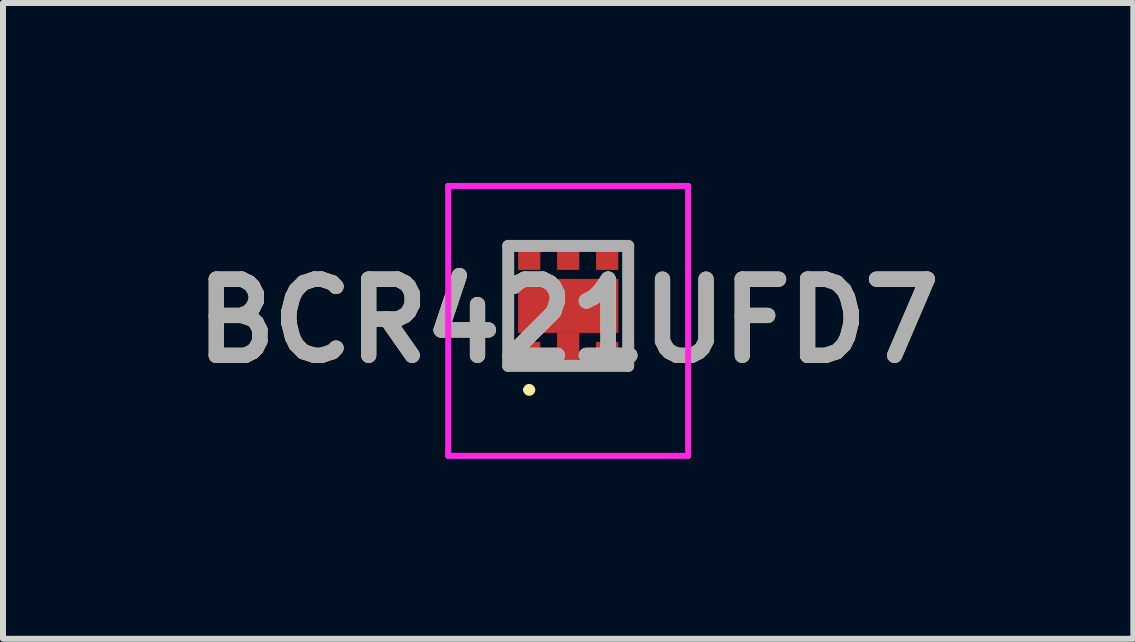
<source format=kicad_pcb>
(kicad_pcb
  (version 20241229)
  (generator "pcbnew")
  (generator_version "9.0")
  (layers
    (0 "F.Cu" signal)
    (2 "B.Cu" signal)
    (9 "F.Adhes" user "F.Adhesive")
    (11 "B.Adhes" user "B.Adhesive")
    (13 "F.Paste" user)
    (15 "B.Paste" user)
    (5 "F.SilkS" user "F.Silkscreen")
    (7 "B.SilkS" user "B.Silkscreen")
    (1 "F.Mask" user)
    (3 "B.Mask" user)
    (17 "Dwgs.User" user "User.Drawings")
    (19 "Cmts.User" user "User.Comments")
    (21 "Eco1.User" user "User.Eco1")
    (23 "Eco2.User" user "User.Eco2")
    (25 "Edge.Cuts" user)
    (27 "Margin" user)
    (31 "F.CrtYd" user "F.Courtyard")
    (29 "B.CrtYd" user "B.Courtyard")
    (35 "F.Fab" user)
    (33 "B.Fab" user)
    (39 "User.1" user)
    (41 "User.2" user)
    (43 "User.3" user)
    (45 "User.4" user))
  (footprint "BCR421UFD7"
    (layer "F.Cu")
    (at 6.423 2.05)
    (property "Reference" "BCR421UFD7" (at 0 0.25 0) (layer "F.SilkS") (effects (font (size 1.27 1.27) (thickness 0.254))))
    (attr smd)
    (fp_line (start -1 -1) (end -1 1) (stroke (width 0.1) (type solid)) (layer "F.SilkS"))
    (fp_line (start -0.7 1.4) (end -0.7 1.4) (stroke (width 0.1) (type solid)) (layer "F.SilkS"))
    (fp_line (start -0.6 1.4) (end -0.6 1.4) (stroke (width 0.1) (type solid)) (layer "F.SilkS"))
    (fp_line (start 1 -1) (end 1 1) (stroke (width 0.1) (type solid)) (layer "F.SilkS"))
    (fp_arc (start -0.7 1.4) (mid -0.65 1.35) (end -0.6 1.4) (stroke (width 0.1) (type solid)) (layer "F.SilkS"))
    (fp_arc (start -0.6 1.4) (mid -0.65 1.45) (end -0.7 1.4) (stroke (width 0.1) (type solid)) (layer "F.SilkS"))
    (fp_line (start -2 -2) (end 2 -2) (stroke (width 0.1) (type solid)) (layer "F.CrtYd"))
    (fp_line (start -2 2.5) (end -2 -2) (stroke (width 0.1) (type solid)) (layer "F.CrtYd"))
    (fp_line (start 2 -2) (end 2 2.5) (stroke (width 0.1) (type solid)) (layer "F.CrtYd"))
    (fp_line (start 2 2.5) (end -2 2.5) (stroke (width 0.1) (type solid)) (layer "F.CrtYd"))
    (fp_line (start -1 -1) (end 1 -1) (stroke (width 0.2) (type solid)) (layer "F.Fab"))
    (fp_line (start -1 1) (end -1 -1) (stroke (width 0.2) (type solid)) (layer "F.Fab"))
    (fp_line (start 1 -1) (end 1 1) (stroke (width 0.2) (type solid)) (layer "F.Fab"))
    (fp_line (start 1 1) (end -1 1) (stroke (width 0.2) (type solid)) (layer "F.Fab"))
    (fp_text user "${REFERENCE}" (at 0 0.25 0) (layer "F.Fab") (effects (font (size 1.27 1.27) (thickness 0.254))))
    (pad "1" smd rect (at -0.65 0.825) (size 0.37 0.45) (layers "F.Cu" "F.Mask" "F.Paste"))
    (pad "2" smd rect (at 0 0.75) (size 0.37 0.6) (layers "F.Cu" "F.Mask" "F.Paste"))
    (pad "3" smd rect (at 0.65 0.825) (size 0.37 0.45) (layers "F.Cu" "F.Mask" "F.Paste"))
    (pad "4" smd rect (at 0.65 -0.825) (size 0.37 0.45) (layers "F.Cu" "F.Mask" "F.Paste"))
    (pad "5" smd rect (at 0 -0.825) (size 0.37 0.45) (layers "F.Cu" "F.Mask" "F.Paste"))
    (pad "6" smd rect (at -0.65 -0.825) (size 0.37 0.45) (layers "F.Cu" "F.Mask" "F.Paste"))
    (pad "7" smd rect (at 0 0 90) (size 0.9 1.67) (layers "F.Cu" "F.Mask" "F.Paste")))
  (gr_rect
    (start -3 -3)
    (end 15.845 7.6)
    (stroke (width 0.1) (type default))
    (fill no)
    (layer "Edge.Cuts")))
</source>
